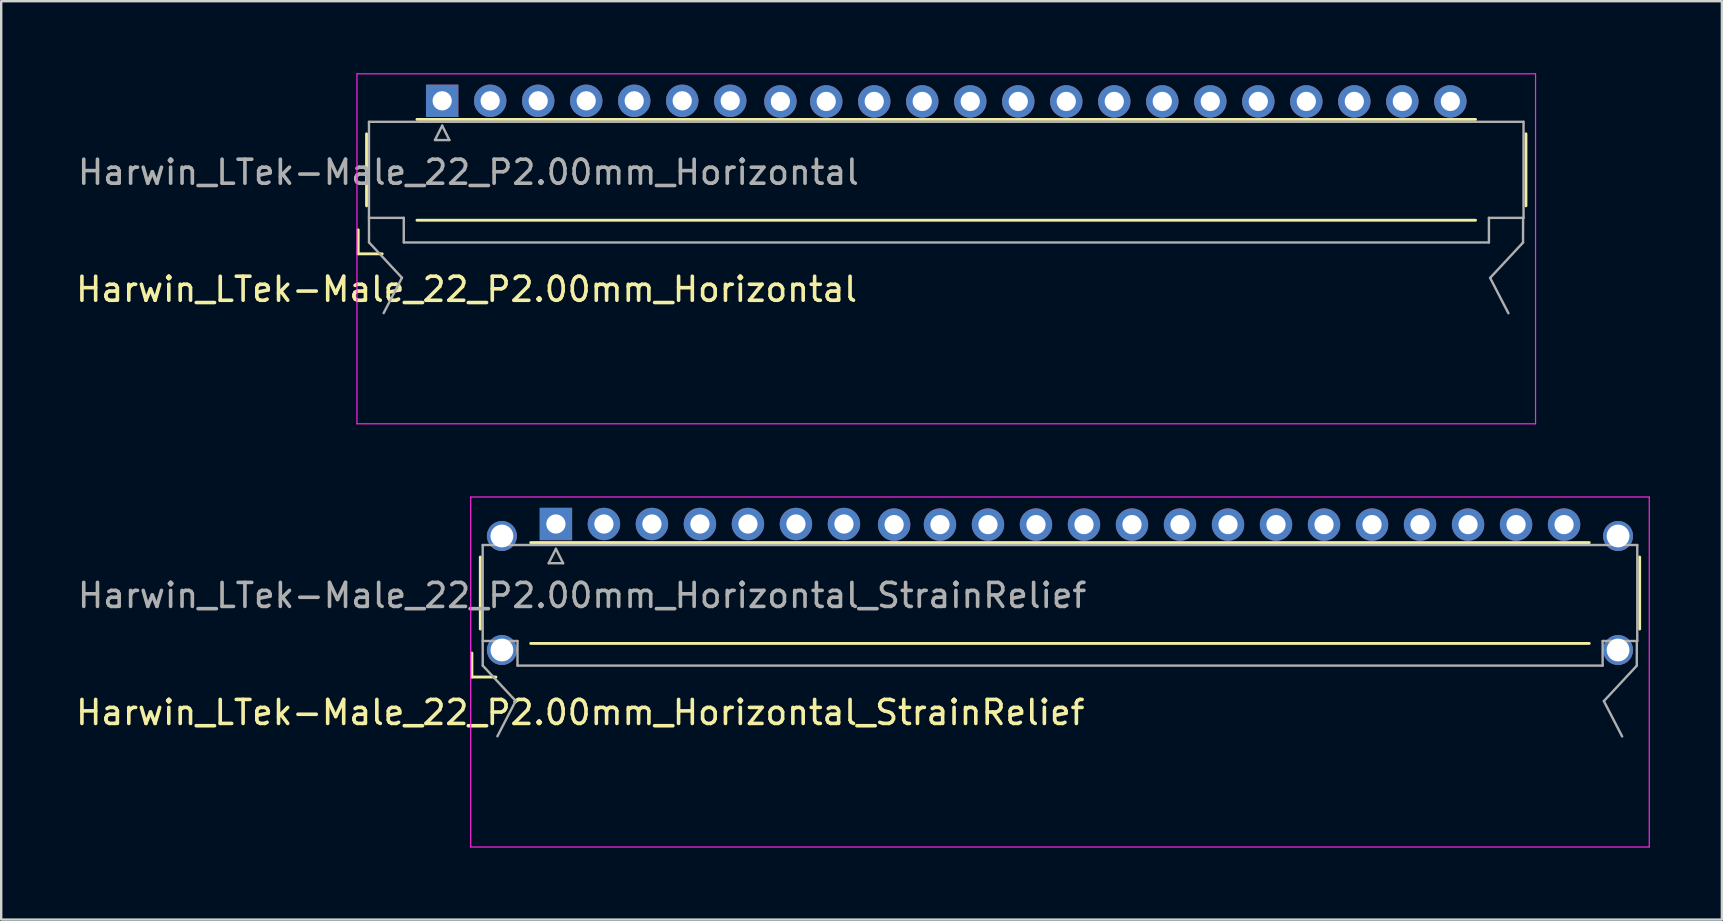
<source format=kicad_pcb>
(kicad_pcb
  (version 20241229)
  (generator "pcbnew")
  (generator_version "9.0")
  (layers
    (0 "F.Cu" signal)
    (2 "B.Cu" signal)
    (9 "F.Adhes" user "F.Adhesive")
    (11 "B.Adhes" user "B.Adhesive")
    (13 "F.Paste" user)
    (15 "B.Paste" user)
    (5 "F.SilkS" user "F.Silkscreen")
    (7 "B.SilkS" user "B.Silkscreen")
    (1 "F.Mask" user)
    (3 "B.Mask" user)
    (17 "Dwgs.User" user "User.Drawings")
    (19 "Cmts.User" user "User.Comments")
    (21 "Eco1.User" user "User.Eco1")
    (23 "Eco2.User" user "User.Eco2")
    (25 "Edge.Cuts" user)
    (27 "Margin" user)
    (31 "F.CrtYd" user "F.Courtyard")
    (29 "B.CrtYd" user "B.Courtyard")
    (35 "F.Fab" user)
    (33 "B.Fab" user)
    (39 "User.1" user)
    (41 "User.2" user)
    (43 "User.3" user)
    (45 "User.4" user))
  (footprint "Harwin_LTek-Male_22_P2.00mm_Horizontal_StrainRelief"
    (layer "F.Cu")
    (at 20.109 21.655)
    (property "Reference" "Harwin_LTek-Male_22_P2.00mm_Horizontal_StrainRelief" (at 1.016 4.978 180) (layer "F.SilkS") (effects (font (size 1 1) (thickness 0.15))))
    (attr through_hole)
    (fp_line (start -3.5 2.5) (end -3.5 3.5) (stroke (width 0.12) (type solid)) (layer "F.SilkS"))
    (fp_line (start -3.5 3.5) (end -2.5 3.5) (stroke (width 0.12) (type solid)) (layer "F.SilkS"))
    (fp_line (start -3.15 -1.5) (end -3.15 1.5) (stroke (width 0.12) (type solid)) (layer "F.SilkS"))
    (fp_line (start -1.05 -2.1) (end 43.05 -2.1) (stroke (width 0.12) (type solid)) (layer "F.SilkS"))
    (fp_line (start -1.05 2.1) (end 43.05 2.1) (stroke (width 0.12) (type solid)) (layer "F.SilkS"))
    (fp_line (start 45.15 -1.5) (end 45.15 1.5) (stroke (width 0.12) (type solid)) (layer "F.SilkS"))
    (fp_line (start -3.55 -4) (end -3.55 10.58) (stroke (width 0.05) (type solid)) (layer "F.CrtYd"))
    (fp_line (start -3.55 10.58) (end 45.55 10.58) (stroke (width 0.05) (type solid)) (layer "F.CrtYd"))
    (fp_line (start 45.55 -4) (end -3.55 -4) (stroke (width 0.05) (type solid)) (layer "F.CrtYd"))
    (fp_line (start 45.55 10.58) (end 45.55 -4) (stroke (width 0.05) (type solid)) (layer "F.CrtYd"))
    (fp_line (start -3.05 -2) (end -3.05 2) (stroke (width 0.1) (type solid)) (layer "F.Fab"))
    (fp_line (start -3.048 3.023) (end -3.05 2) (stroke (width 0.1) (type solid)) (layer "F.Fab"))
    (fp_line (start -3.043 2) (end -1.6 2) (stroke (width 0.1) (type solid)) (layer "F.Fab"))
    (fp_line (start -1.676 4.496) (end -3.048 3.023) (stroke (width 0.1) (type solid)) (layer "F.Fab"))
    (fp_line (start -1.676 4.496) (end -2.438 5.969) (stroke (width 0.1) (type solid)) (layer "F.Fab"))
    (fp_line (start -1.6 2) (end -1.6 3.023) (stroke (width 0.1) (type solid)) (layer "F.Fab"))
    (fp_line (start -1.6 3.025) (end 43.607 3.025) (stroke (width 0.1) (type solid)) (layer "F.Fab"))
    (fp_line (start -0.3 -1.241) (end 0.3 -1.241) (stroke (width 0.1) (type solid)) (layer "F.Fab"))
    (fp_line (start 0 -1.841) (end -0.3 -1.241) (stroke (width 0.1) (type solid)) (layer "F.Fab"))
    (fp_line (start 0.3 -1.241) (end 0 -1.841) (stroke (width 0.1) (type solid)) (layer "F.Fab"))
    (fp_line (start 43.607 2) (end 45.05 2) (stroke (width 0.1) (type solid)) (layer "F.Fab"))
    (fp_line (start 43.607 3.023) (end 43.607 2) (stroke (width 0.1) (type solid)) (layer "F.Fab"))
    (fp_line (start 43.658 4.502) (end 44.42 5.975) (stroke (width 0.1) (type solid)) (layer "F.Fab"))
    (fp_line (start 43.658 4.502) (end 45.029 3.029) (stroke (width 0.1) (type solid)) (layer "F.Fab"))
    (fp_line (start 45.029 3.029) (end 45.031 2.006) (stroke (width 0.1) (type solid)) (layer "F.Fab"))
    (fp_line (start 45.05 -2) (end -3.05 -2) (stroke (width 0.1) (type solid)) (layer "F.Fab"))
    (fp_line (start 45.05 2) (end 45.05 -2) (stroke (width 0.1) (type solid)) (layer "F.Fab"))
    (fp_text user "${REFERENCE}" (at 1.092 0.102 0) (layer "F.Fab") (effects (font (size 1 1) (thickness 0.15))))
    (pad "" thru_hole circle (at -2.25 -2.375) (size 1.25 1.25) (drill 0.95) (layers "*.Cu" "*.Mask"))
    (pad "" thru_hole circle (at -2.25 2.375) (size 1.25 1.25) (drill 0.95) (layers "*.Cu" "*.Mask"))
    (pad "" thru_hole circle (at 44.25 -2.375) (size 1.25 1.25) (drill 0.95) (layers "*.Cu" "*.Mask"))
    (pad "" thru_hole circle (at 44.25 2.375) (size 1.25 1.25) (drill 0.95) (layers "*.Cu" "*.Mask"))
    (pad "1" thru_hole rect (at 0 -2.875) (size 1.35 1.35) (drill 0.8) (layers "*.Cu" "*.Mask"))
    (pad "2" thru_hole circle (at 2 -2.875) (size 1.35 1.35) (drill 0.8) (layers "*.Cu" "*.Mask"))
    (pad "3" thru_hole circle (at 4 -2.875) (size 1.35 1.35) (drill 0.8) (layers "*.Cu" "*.Mask"))
    (pad "4" thru_hole circle (at 6 -2.875) (size 1.35 1.35) (drill 0.8) (layers "*.Cu" "*.Mask"))
    (pad "5" thru_hole circle (at 8 -2.875) (size 1.35 1.35) (drill 0.8) (layers "*.Cu" "*.Mask"))
    (pad "6" thru_hole circle (at 10 -2.875) (size 1.35 1.35) (drill 0.8) (layers "*.Cu" "*.Mask"))
    (pad "7" thru_hole circle (at 12 -2.875) (size 1.35 1.35) (drill 0.8) (layers "*.Cu" "*.Mask"))
    (pad "8" thru_hole circle (at 14.09 -2.85) (size 1.35 1.35) (drill 0.8) (layers "*.Cu" "*.Mask"))
    (pad "9" thru_hole circle (at 16 -2.85) (size 1.35 1.35) (drill 0.8) (layers "*.Cu" "*.Mask"))
    (pad "10" thru_hole circle (at 18 -2.85) (size 1.35 1.35) (drill 0.8) (layers "*.Cu" "*.Mask"))
    (pad "11" thru_hole circle (at 20 -2.85) (size 1.35 1.35) (drill 0.8) (layers "*.Cu" "*.Mask"))
    (pad "12" thru_hole circle (at 22 -2.85) (size 1.35 1.35) (drill 0.8) (layers "*.Cu" "*.Mask"))
    (pad "13" thru_hole circle (at 24 -2.85) (size 1.35 1.35) (drill 0.8) (layers "*.Cu" "*.Mask"))
    (pad "14" thru_hole circle (at 26 -2.85) (size 1.35 1.35) (drill 0.8) (layers "*.Cu" "*.Mask"))
    (pad "15" thru_hole circle (at 28 -2.85) (size 1.35 1.35) (drill 0.8) (layers "*.Cu" "*.Mask"))
    (pad "16" thru_hole circle (at 30 -2.85) (size 1.35 1.35) (drill 0.8) (layers "*.Cu" "*.Mask"))
    (pad "17" thru_hole circle (at 32 -2.85) (size 1.35 1.35) (drill 0.8) (layers "*.Cu" "*.Mask"))
    (pad "18" thru_hole circle (at 34 -2.85) (size 1.35 1.35) (drill 0.8) (layers "*.Cu" "*.Mask"))
    (pad "19" thru_hole circle (at 36 -2.85) (size 1.35 1.35) (drill 0.8) (layers "*.Cu" "*.Mask"))
    (pad "20" thru_hole circle (at 38 -2.85) (size 1.35 1.35) (drill 0.8) (layers "*.Cu" "*.Mask"))
    (pad "21" thru_hole circle (at 40 -2.85) (size 1.35 1.35) (drill 0.8) (layers "*.Cu" "*.Mask"))
    (pad "22" thru_hole circle (at 42 -2.85) (size 1.35 1.35) (drill 0.8) (layers "*.Cu" "*.Mask")))
  (footprint "Harwin_LTek-Male_22_P2.00mm_Horizontal"
    (layer "F.Cu")
    (at 15.371 4.025)
    (property "Reference" "Harwin_LTek-Male_22_P2.00mm_Horizontal" (at 1.016 4.978 180) (layer "F.SilkS") (effects (font (size 1 1) (thickness 0.15))))
    (attr through_hole)
    (fp_line (start -3.5 2.5) (end -3.5 3.5) (stroke (width 0.12) (type solid)) (layer "F.SilkS"))
    (fp_line (start -3.5 3.5) (end -2.5 3.5) (stroke (width 0.12) (type solid)) (layer "F.SilkS"))
    (fp_line (start -3.15 -1.5) (end -3.15 1.5) (stroke (width 0.12) (type solid)) (layer "F.SilkS"))
    (fp_line (start -1.05 -2.1) (end 43.05 -2.1) (stroke (width 0.12) (type solid)) (layer "F.SilkS"))
    (fp_line (start -1.05 2.1) (end 43.05 2.1) (stroke (width 0.12) (type solid)) (layer "F.SilkS"))
    (fp_line (start 45.15 -1.5) (end 45.15 1.5) (stroke (width 0.12) (type solid)) (layer "F.SilkS"))
    (fp_line (start -3.55 -4) (end -3.55 10.58) (stroke (width 0.05) (type solid)) (layer "F.CrtYd"))
    (fp_line (start -3.55 10.58) (end 45.55 10.58) (stroke (width 0.05) (type solid)) (layer "F.CrtYd"))
    (fp_line (start 45.55 -4) (end -3.55 -4) (stroke (width 0.05) (type solid)) (layer "F.CrtYd"))
    (fp_line (start 45.55 10.58) (end 45.55 -4) (stroke (width 0.05) (type solid)) (layer "F.CrtYd"))
    (fp_line (start -3.05 -2) (end -3.05 2) (stroke (width 0.1) (type solid)) (layer "F.Fab"))
    (fp_line (start -3.048 3.023) (end -3.05 2) (stroke (width 0.1) (type solid)) (layer "F.Fab"))
    (fp_line (start -3.043 2) (end -1.6 2) (stroke (width 0.1) (type solid)) (layer "F.Fab"))
    (fp_line (start -1.676 4.496) (end -3.048 3.023) (stroke (width 0.1) (type solid)) (layer "F.Fab"))
    (fp_line (start -1.676 4.496) (end -2.438 5.969) (stroke (width 0.1) (type solid)) (layer "F.Fab"))
    (fp_line (start -1.6 2) (end -1.6 3.023) (stroke (width 0.1) (type solid)) (layer "F.Fab"))
    (fp_line (start -1.6 3.025) (end 43.607 3.025) (stroke (width 0.1) (type solid)) (layer "F.Fab"))
    (fp_line (start -0.3 -1.241) (end 0.3 -1.241) (stroke (width 0.1) (type solid)) (layer "F.Fab"))
    (fp_line (start 0 -1.841) (end -0.3 -1.241) (stroke (width 0.1) (type solid)) (layer "F.Fab"))
    (fp_line (start 0.3 -1.241) (end 0 -1.841) (stroke (width 0.1) (type solid)) (layer "F.Fab"))
    (fp_line (start 43.607 2) (end 45.05 2) (stroke (width 0.1) (type solid)) (layer "F.Fab"))
    (fp_line (start 43.607 3.023) (end 43.607 2) (stroke (width 0.1) (type solid)) (layer "F.Fab"))
    (fp_line (start 43.658 4.502) (end 44.42 5.975) (stroke (width 0.1) (type solid)) (layer "F.Fab"))
    (fp_line (start 43.658 4.502) (end 45.029 3.029) (stroke (width 0.1) (type solid)) (layer "F.Fab"))
    (fp_line (start 45.029 3.029) (end 45.031 2.006) (stroke (width 0.1) (type solid)) (layer "F.Fab"))
    (fp_line (start 45.05 -2) (end -3.05 -2) (stroke (width 0.1) (type solid)) (layer "F.Fab"))
    (fp_line (start 45.05 2) (end 45.05 -2) (stroke (width 0.1) (type solid)) (layer "F.Fab"))
    (fp_text user "${REFERENCE}" (at 1.092 0.102 0) (layer "F.Fab") (effects (font (size 1 1) (thickness 0.15))))
    (pad "1" thru_hole rect (at 0 -2.875) (size 1.35 1.35) (drill 0.8) (layers "*.Cu" "*.Mask"))
    (pad "2" thru_hole circle (at 2 -2.875) (size 1.35 1.35) (drill 0.8) (layers "*.Cu" "*.Mask"))
    (pad "3" thru_hole circle (at 4 -2.875) (size 1.35 1.35) (drill 0.8) (layers "*.Cu" "*.Mask"))
    (pad "4" thru_hole circle (at 6 -2.875) (size 1.35 1.35) (drill 0.8) (layers "*.Cu" "*.Mask"))
    (pad "5" thru_hole circle (at 8 -2.875) (size 1.35 1.35) (drill 0.8) (layers "*.Cu" "*.Mask"))
    (pad "6" thru_hole circle (at 10 -2.875) (size 1.35 1.35) (drill 0.8) (layers "*.Cu" "*.Mask"))
    (pad "7" thru_hole circle (at 12 -2.875) (size 1.35 1.35) (drill 0.8) (layers "*.Cu" "*.Mask"))
    (pad "8" thru_hole circle (at 14.09 -2.85) (size 1.35 1.35) (drill 0.8) (layers "*.Cu" "*.Mask"))
    (pad "9" thru_hole circle (at 16 -2.85) (size 1.35 1.35) (drill 0.8) (layers "*.Cu" "*.Mask"))
    (pad "10" thru_hole circle (at 18 -2.85) (size 1.35 1.35) (drill 0.8) (layers "*.Cu" "*.Mask"))
    (pad "11" thru_hole circle (at 20 -2.85) (size 1.35 1.35) (drill 0.8) (layers "*.Cu" "*.Mask"))
    (pad "12" thru_hole circle (at 22 -2.85) (size 1.35 1.35) (drill 0.8) (layers "*.Cu" "*.Mask"))
    (pad "13" thru_hole circle (at 24 -2.85) (size 1.35 1.35) (drill 0.8) (layers "*.Cu" "*.Mask"))
    (pad "14" thru_hole circle (at 26 -2.85) (size 1.35 1.35) (drill 0.8) (layers "*.Cu" "*.Mask"))
    (pad "15" thru_hole circle (at 28 -2.85) (size 1.35 1.35) (drill 0.8) (layers "*.Cu" "*.Mask"))
    (pad "16" thru_hole circle (at 30 -2.85) (size 1.35 1.35) (drill 0.8) (layers "*.Cu" "*.Mask"))
    (pad "17" thru_hole circle (at 32 -2.85) (size 1.35 1.35) (drill 0.8) (layers "*.Cu" "*.Mask"))
    (pad "18" thru_hole circle (at 34 -2.85) (size 1.35 1.35) (drill 0.8) (layers "*.Cu" "*.Mask"))
    (pad "19" thru_hole circle (at 36 -2.85) (size 1.35 1.35) (drill 0.8) (layers "*.Cu" "*.Mask"))
    (pad "20" thru_hole circle (at 38 -2.85) (size 1.35 1.35) (drill 0.8) (layers "*.Cu" "*.Mask"))
    (pad "21" thru_hole circle (at 40 -2.85) (size 1.35 1.35) (drill 0.8) (layers "*.Cu" "*.Mask"))
    (pad "22" thru_hole circle (at 42 -2.85) (size 1.35 1.35) (drill 0.8) (layers "*.Cu" "*.Mask")))
  (gr_rect
    (start -3 -3)
    (end 68.684 35.26)
    (stroke (width 0.1) (type default))
    (fill no)
    (layer "Edge.Cuts")))
</source>
